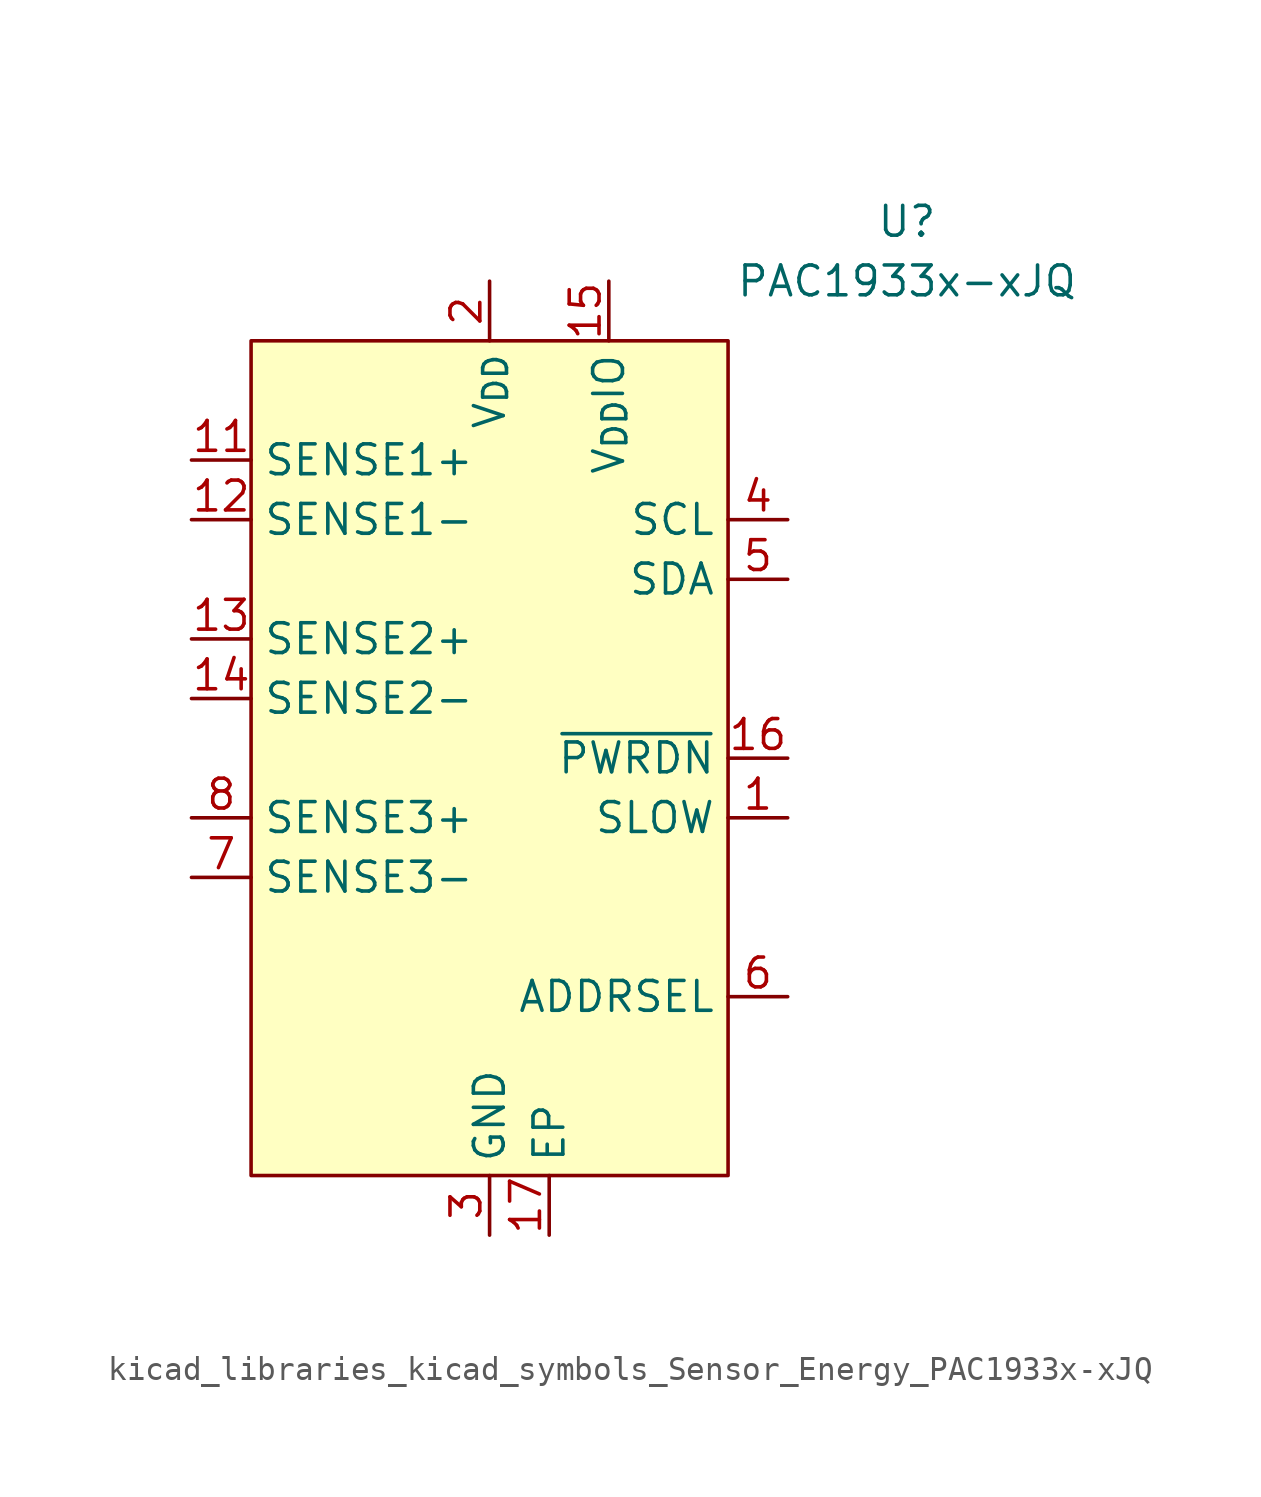
<source format=kicad_sym>
(kicad_symbol_lib
  (version 20220914)
  (generator kicad_symbol_editor)
  (symbol "kicad_libraries_kicad_symbols_Sensor_Energy_PAC1933x-xJQ"
    (property "Reference" "U"
      (at 17.78 22.86 0)
      (effects (font (size 1.27 1.27))))
    (property "Value" "PAC1933x-xJQ"
      (at 17.78 20.32 0)
      (effects (font (size 1.27 1.27))))
    (symbol "kicad_libraries_kicad_symbols_Sensor_Energy_PAC1933x-xJQ_0_0"
      (pin input line (at 12.7 -2.54 180) (length 2.54) (name "SLOW" (effects (font (size 1.27 1.27)))) (number "1" (effects (font (size 1.27 1.27)))) (alternate "~{ALERT1}" open_collector line))
      (pin passive line (at 0 -20.32 90) (length 2.54) hide (name "GND" (effects (font (size 1.27 1.27)))) (number "10" (effects (font (size 1.27 1.27)))))
      (pin input line (at -12.7 12.7 0) (length 2.54) (name "SENSE1+" (effects (font (size 1.27 1.27)))) (number "11" (effects (font (size 1.27 1.27)))))
      (pin input line (at -12.7 10.16 0) (length 2.54) (name "SENSE1-" (effects (font (size 1.27 1.27)))) (number "12" (effects (font (size 1.27 1.27)))))
      (pin input line (at -12.7 5.08 0) (length 2.54) (name "SENSE2+" (effects (font (size 1.27 1.27)))) (number "13" (effects (font (size 1.27 1.27)))))
      (pin input line (at -12.7 2.54 0) (length 2.54) (name "SENSE2-" (effects (font (size 1.27 1.27)))) (number "14" (effects (font (size 1.27 1.27)))))
      (pin input line (at 5.08 20.32 270) (length 2.54) (name "V_{DD}IO" (effects (font (size 1.27 1.27)))) (number "15" (effects (font (size 1.27 1.27)))))
      (pin input line (at 12.7 0 180) (length 2.54) (name "~{PWRDN}" (effects (font (size 1.27 1.27)))) (number "16" (effects (font (size 1.27 1.27)))))
      (pin passive line (at 2.54 -20.32 90) (length 2.54) (name "EP" (effects (font (size 1.27 1.27)))) (number "17" (effects (font (size 1.27 1.27)))))
      (pin power_in line (at 0 20.32 270) (length 2.54) (name "V_{DD}" (effects (font (size 1.27 1.27)))) (number "2" (effects (font (size 1.27 1.27)))))
      (pin power_in line (at 0 -20.32 90) (length 2.54) (name "GND" (effects (font (size 1.27 1.27)))) (number "3" (effects (font (size 1.27 1.27)))))
      (pin input line (at 12.7 10.16 180) (length 2.54) (name "SCL" (effects (font (size 1.27 1.27)))) (number "4" (effects (font (size 1.27 1.27)))) (alternate "SM_CLK" input line))
      (pin bidirectional line (at 12.7 7.62 180) (length 2.54) (name "SDA" (effects (font (size 1.27 1.27)))) (number "5" (effects (font (size 1.27 1.27)))) (alternate "SM_DATA" bidirectional line))
      (pin passive line (at 12.7 -10.16 180) (length 2.54) (name "ADDRSEL" (effects (font (size 1.27 1.27)))) (number "6" (effects (font (size 1.27 1.27)))))
      (pin input line (at -12.7 -5.08 0) (length 2.54) (name "SENSE3-" (effects (font (size 1.27 1.27)))) (number "7" (effects (font (size 1.27 1.27)))))
      (pin input line (at -12.7 -2.54 0) (length 2.54) (name "SENSE3+" (effects (font (size 1.27 1.27)))) (number "8" (effects (font (size 1.27 1.27)))))
      (pin passive line (at 0 -20.32 90) (length 2.54) hide (name "GND" (effects (font (size 1.27 1.27)))) (number "9" (effects (font (size 1.27 1.27))))))
    (symbol "kicad_libraries_kicad_symbols_Sensor_Energy_PAC1933x-xJQ_0_1"
      (rectangle (start -10.16 17.78) (end 10.16 -17.78) (stroke (width 0) (type default)) (fill (type background))))))
</source>
